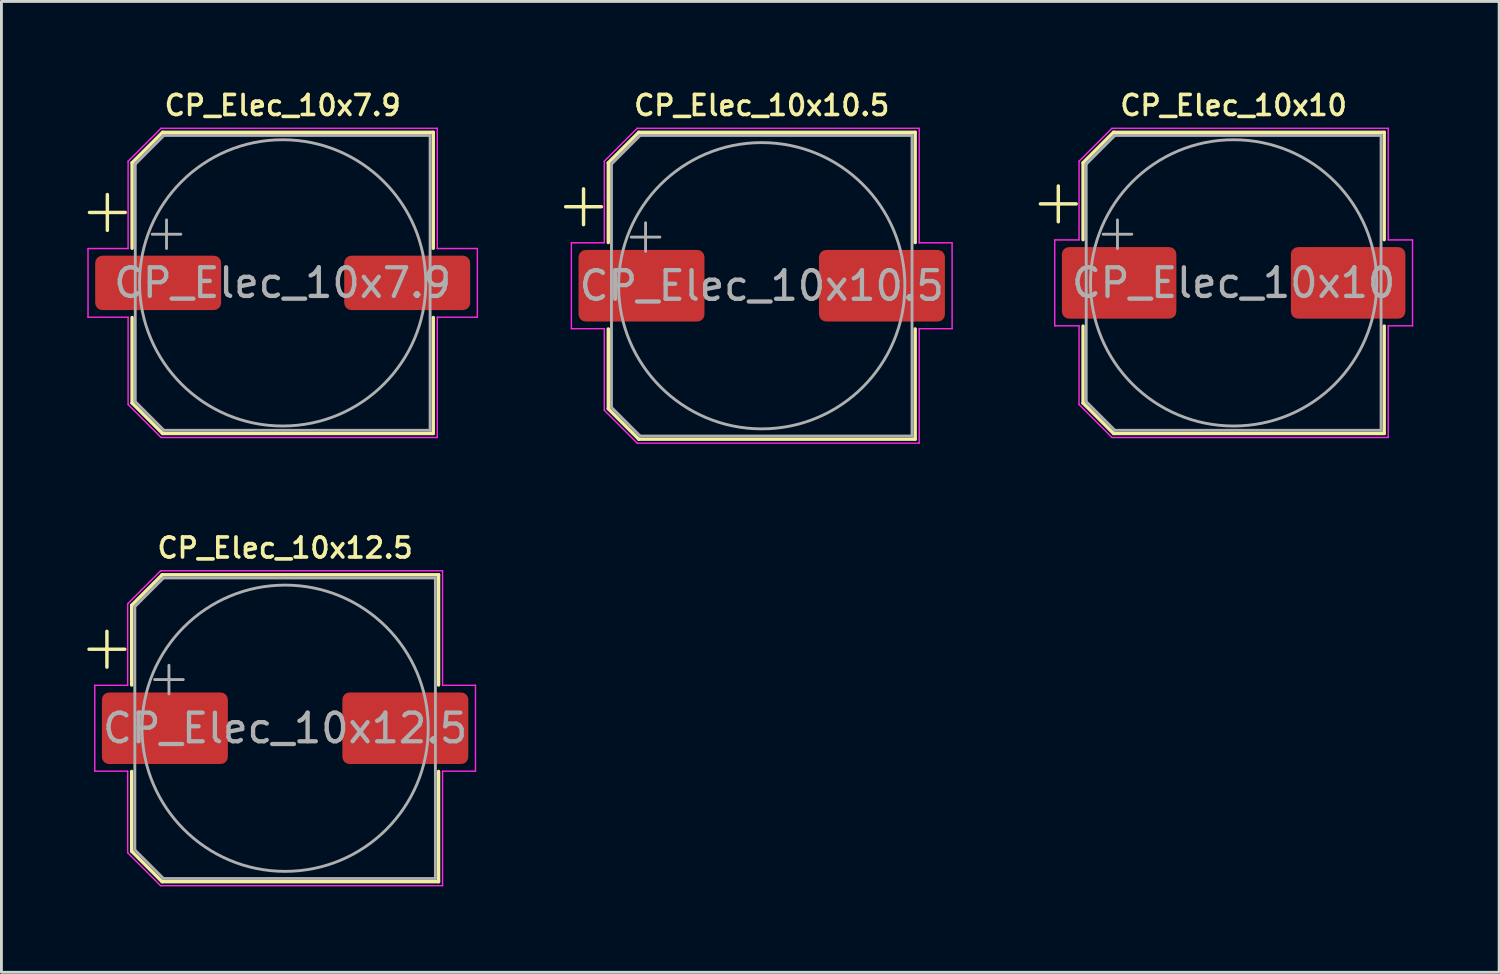
<source format=kicad_pcb>
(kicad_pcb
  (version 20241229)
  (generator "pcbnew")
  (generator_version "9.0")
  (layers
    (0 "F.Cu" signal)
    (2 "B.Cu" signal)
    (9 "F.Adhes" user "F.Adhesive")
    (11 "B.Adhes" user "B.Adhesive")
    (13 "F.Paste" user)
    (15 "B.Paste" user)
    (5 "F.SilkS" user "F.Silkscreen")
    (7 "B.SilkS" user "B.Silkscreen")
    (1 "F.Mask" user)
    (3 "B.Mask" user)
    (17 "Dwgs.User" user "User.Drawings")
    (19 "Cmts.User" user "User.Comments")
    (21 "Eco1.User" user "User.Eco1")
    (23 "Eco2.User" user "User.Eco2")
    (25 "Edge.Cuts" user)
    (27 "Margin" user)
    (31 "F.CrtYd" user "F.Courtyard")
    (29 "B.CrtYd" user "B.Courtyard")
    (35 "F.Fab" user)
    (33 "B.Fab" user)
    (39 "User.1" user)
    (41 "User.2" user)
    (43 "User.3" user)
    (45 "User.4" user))
  (footprint "CP_Elec_10x7.9"
    (layer "F.Cu")
    (at 6.825 6.832)
    (property "Reference" "CP_Elec_10x7.9" (at 0 -6.2 0) (layer "F.SilkS") (effects (font (size 0.7 0.7) (thickness 0.127))))
    (attr smd)
    (fp_line (start -6.75 -2.46) (end -5.5 -2.46) (stroke (width 0.12) (type solid)) (layer "F.SilkS"))
    (fp_line (start -6.125 -3.085) (end -6.125 -1.835) (stroke (width 0.12) (type solid)) (layer "F.SilkS"))
    (fp_line (start -5.26 -4.196) (end -5.26 -1.21) (stroke (width 0.12) (type solid)) (layer "F.SilkS"))
    (fp_line (start -5.26 -4.196) (end -4.196 -5.26) (stroke (width 0.12) (type solid)) (layer "F.SilkS"))
    (fp_line (start -5.26 4.196) (end -5.26 1.21) (stroke (width 0.12) (type solid)) (layer "F.SilkS"))
    (fp_line (start -5.26 4.196) (end -4.196 5.26) (stroke (width 0.12) (type solid)) (layer "F.SilkS"))
    (fp_line (start -4.196 -5.26) (end 5.26 -5.26) (stroke (width 0.12) (type solid)) (layer "F.SilkS"))
    (fp_line (start -4.196 5.26) (end 5.26 5.26) (stroke (width 0.12) (type solid)) (layer "F.SilkS"))
    (fp_line (start 5.26 -5.26) (end 5.26 -1.21) (stroke (width 0.12) (type solid)) (layer "F.SilkS"))
    (fp_line (start 5.26 5.26) (end 5.26 1.21) (stroke (width 0.12) (type solid)) (layer "F.SilkS"))
    (fp_line (start -6.8 -1.2) (end -6.8 1.2) (stroke (width 0.05) (type solid)) (layer "F.CrtYd"))
    (fp_line (start -6.8 1.2) (end -5.4 1.2) (stroke (width 0.05) (type solid)) (layer "F.CrtYd"))
    (fp_line (start -5.4 -4.25) (end -5.4 -1.2) (stroke (width 0.05) (type solid)) (layer "F.CrtYd"))
    (fp_line (start -5.4 -4.25) (end -4.25 -5.4) (stroke (width 0.05) (type solid)) (layer "F.CrtYd"))
    (fp_line (start -5.4 -1.2) (end -6.8 -1.2) (stroke (width 0.05) (type solid)) (layer "F.CrtYd"))
    (fp_line (start -5.4 1.2) (end -5.4 4.25) (stroke (width 0.05) (type solid)) (layer "F.CrtYd"))
    (fp_line (start -5.4 4.25) (end -4.25 5.4) (stroke (width 0.05) (type solid)) (layer "F.CrtYd"))
    (fp_line (start -4.25 -5.4) (end 5.4 -5.4) (stroke (width 0.05) (type solid)) (layer "F.CrtYd"))
    (fp_line (start -4.25 5.4) (end 5.4 5.4) (stroke (width 0.05) (type solid)) (layer "F.CrtYd"))
    (fp_line (start 5.4 -5.4) (end 5.4 -1.2) (stroke (width 0.05) (type solid)) (layer "F.CrtYd"))
    (fp_line (start 5.4 -1.2) (end 6.8 -1.2) (stroke (width 0.05) (type solid)) (layer "F.CrtYd"))
    (fp_line (start 5.4 1.2) (end 5.4 5.4) (stroke (width 0.05) (type solid)) (layer "F.CrtYd"))
    (fp_line (start 6.8 -1.2) (end 6.8 1.2) (stroke (width 0.05) (type solid)) (layer "F.CrtYd"))
    (fp_line (start 6.8 1.2) (end 5.4 1.2) (stroke (width 0.05) (type solid)) (layer "F.CrtYd"))
    (fp_line (start -5.15 -4.15) (end -5.15 4.15) (stroke (width 0.1) (type solid)) (layer "F.Fab"))
    (fp_line (start -5.15 -4.15) (end -4.15 -5.15) (stroke (width 0.1) (type solid)) (layer "F.Fab"))
    (fp_line (start -5.15 4.15) (end -4.15 5.15) (stroke (width 0.1) (type solid)) (layer "F.Fab"))
    (fp_line (start -4.558 -1.7) (end -3.558 -1.7) (stroke (width 0.1) (type solid)) (layer "F.Fab"))
    (fp_line (start -4.15 -5.15) (end 5.15 -5.15) (stroke (width 0.1) (type solid)) (layer "F.Fab"))
    (fp_line (start -4.15 5.15) (end 5.15 5.15) (stroke (width 0.1) (type solid)) (layer "F.Fab"))
    (fp_line (start -4.058 -2.2) (end -4.058 -1.2) (stroke (width 0.1) (type solid)) (layer "F.Fab"))
    (fp_line (start 5.15 -5.15) (end 5.15 5.15) (stroke (width 0.1) (type solid)) (layer "F.Fab"))
    (fp_circle (center 0 0) (end 5 0) (stroke (width 0.1) (type solid)) (fill no) (layer "F.Fab"))
    (fp_text user "${REFERENCE}" (at 0 0 0) (layer "F.Fab") (effects (font (size 1 1) (thickness 0.15))))
    (pad "1" smd roundrect (at -4.35 0) (size 4.4 1.9) (layers "F.Cu" "F.Mask" "F.Paste") (roundrect_rratio 0.132))
    (pad "2" smd roundrect (at 4.35 0) (size 4.4 1.9) (layers "F.Cu" "F.Mask" "F.Paste") (roundrect_rratio 0.132)))
  (footprint "CP_Elec_10x12.5"
    (layer "F.Cu")
    (at 6.91 22.39)
    (property "Reference" "CP_Elec_10x12.5" (at 0 -6.3 0) (layer "F.SilkS") (effects (font (size 0.7 0.7) (thickness 0.127))))
    (attr smd)
    (fp_line (start -6.85 -2.76) (end -5.6 -2.76) (stroke (width 0.12) (type solid)) (layer "F.SilkS"))
    (fp_line (start -6.225 -3.385) (end -6.225 -2.135) (stroke (width 0.12) (type solid)) (layer "F.SilkS"))
    (fp_line (start -5.36 -4.296) (end -5.36 -1.51) (stroke (width 0.12) (type solid)) (layer "F.SilkS"))
    (fp_line (start -5.36 -4.296) (end -4.296 -5.36) (stroke (width 0.12) (type solid)) (layer "F.SilkS"))
    (fp_line (start -5.36 4.296) (end -5.36 1.51) (stroke (width 0.12) (type solid)) (layer "F.SilkS"))
    (fp_line (start -5.36 4.296) (end -4.296 5.36) (stroke (width 0.12) (type solid)) (layer "F.SilkS"))
    (fp_line (start -4.296 -5.36) (end 5.36 -5.36) (stroke (width 0.12) (type solid)) (layer "F.SilkS"))
    (fp_line (start -4.296 5.36) (end 5.36 5.36) (stroke (width 0.12) (type solid)) (layer "F.SilkS"))
    (fp_line (start 5.36 -5.36) (end 5.36 -1.51) (stroke (width 0.12) (type solid)) (layer "F.SilkS"))
    (fp_line (start 5.36 5.36) (end 5.36 1.51) (stroke (width 0.12) (type solid)) (layer "F.SilkS"))
    (fp_line (start -6.65 -1.5) (end -6.65 1.5) (stroke (width 0.05) (type solid)) (layer "F.CrtYd"))
    (fp_line (start -6.65 1.5) (end -5.5 1.5) (stroke (width 0.05) (type solid)) (layer "F.CrtYd"))
    (fp_line (start -5.5 -4.35) (end -5.5 -1.5) (stroke (width 0.05) (type solid)) (layer "F.CrtYd"))
    (fp_line (start -5.5 -4.35) (end -4.35 -5.5) (stroke (width 0.05) (type solid)) (layer "F.CrtYd"))
    (fp_line (start -5.5 -1.5) (end -6.65 -1.5) (stroke (width 0.05) (type solid)) (layer "F.CrtYd"))
    (fp_line (start -5.5 1.5) (end -5.5 4.35) (stroke (width 0.05) (type solid)) (layer "F.CrtYd"))
    (fp_line (start -5.5 4.35) (end -4.35 5.5) (stroke (width 0.05) (type solid)) (layer "F.CrtYd"))
    (fp_line (start -4.35 -5.5) (end 5.5 -5.5) (stroke (width 0.05) (type solid)) (layer "F.CrtYd"))
    (fp_line (start -4.35 5.5) (end 5.5 5.5) (stroke (width 0.05) (type solid)) (layer "F.CrtYd"))
    (fp_line (start 5.5 -5.5) (end 5.5 -1.5) (stroke (width 0.05) (type solid)) (layer "F.CrtYd"))
    (fp_line (start 5.5 -1.5) (end 6.65 -1.5) (stroke (width 0.05) (type solid)) (layer "F.CrtYd"))
    (fp_line (start 5.5 1.5) (end 5.5 5.5) (stroke (width 0.05) (type solid)) (layer "F.CrtYd"))
    (fp_line (start 6.65 -1.5) (end 6.65 1.5) (stroke (width 0.05) (type solid)) (layer "F.CrtYd"))
    (fp_line (start 6.65 1.5) (end 5.5 1.5) (stroke (width 0.05) (type solid)) (layer "F.CrtYd"))
    (fp_line (start -5.25 -4.25) (end -5.25 4.25) (stroke (width 0.1) (type solid)) (layer "F.Fab"))
    (fp_line (start -5.25 -4.25) (end -4.25 -5.25) (stroke (width 0.1) (type solid)) (layer "F.Fab"))
    (fp_line (start -5.25 4.25) (end -4.25 5.25) (stroke (width 0.1) (type solid)) (layer "F.Fab"))
    (fp_line (start -4.558 -1.7) (end -3.558 -1.7) (stroke (width 0.1) (type solid)) (layer "F.Fab"))
    (fp_line (start -4.25 -5.25) (end 5.25 -5.25) (stroke (width 0.1) (type solid)) (layer "F.Fab"))
    (fp_line (start -4.25 5.25) (end 5.25 5.25) (stroke (width 0.1) (type solid)) (layer "F.Fab"))
    (fp_line (start -4.058 -2.2) (end -4.058 -1.2) (stroke (width 0.1) (type solid)) (layer "F.Fab"))
    (fp_line (start 5.25 -5.25) (end 5.25 5.25) (stroke (width 0.1) (type solid)) (layer "F.Fab"))
    (fp_circle (center 0 0) (end 5 0) (stroke (width 0.1) (type solid)) (fill no) (layer "F.Fab"))
    (fp_text user "${REFERENCE}" (at 0 0 0) (layer "F.Fab") (effects (font (size 1 1) (thickness 0.15))))
    (pad "1" smd roundrect (at -4.2 0) (size 4.4 2.5) (layers "F.Cu" "F.Mask" "F.Paste") (roundrect_rratio 0.1))
    (pad "2" smd roundrect (at 4.2 0) (size 4.4 2.5) (layers "F.Cu" "F.Mask" "F.Paste") (roundrect_rratio 0.1)))
  (footprint "CP_Elec_10x10"
    (layer "F.Cu")
    (at 40.045 6.832)
    (property "Reference" "CP_Elec_10x10" (at 0 -6.2 0) (layer "F.SilkS") (effects (font (size 0.7 0.7) (thickness 0.127))))
    (attr smd)
    (fp_line (start -6.75 -2.76) (end -5.5 -2.76) (stroke (width 0.12) (type solid)) (layer "F.SilkS"))
    (fp_line (start -6.125 -3.385) (end -6.125 -2.135) (stroke (width 0.12) (type solid)) (layer "F.SilkS"))
    (fp_line (start -5.26 -4.196) (end -5.26 -1.51) (stroke (width 0.12) (type solid)) (layer "F.SilkS"))
    (fp_line (start -5.26 -4.196) (end -4.196 -5.26) (stroke (width 0.12) (type solid)) (layer "F.SilkS"))
    (fp_line (start -5.26 4.196) (end -5.26 1.51) (stroke (width 0.12) (type solid)) (layer "F.SilkS"))
    (fp_line (start -5.26 4.196) (end -4.196 5.26) (stroke (width 0.12) (type solid)) (layer "F.SilkS"))
    (fp_line (start -4.196 -5.26) (end 5.26 -5.26) (stroke (width 0.12) (type solid)) (layer "F.SilkS"))
    (fp_line (start -4.196 5.26) (end 5.26 5.26) (stroke (width 0.12) (type solid)) (layer "F.SilkS"))
    (fp_line (start 5.26 -5.26) (end 5.26 -1.51) (stroke (width 0.12) (type solid)) (layer "F.SilkS"))
    (fp_line (start 5.26 5.26) (end 5.26 1.51) (stroke (width 0.12) (type solid)) (layer "F.SilkS"))
    (fp_line (start -6.25 -1.5) (end -6.25 1.5) (stroke (width 0.05) (type solid)) (layer "F.CrtYd"))
    (fp_line (start -6.25 1.5) (end -5.4 1.5) (stroke (width 0.05) (type solid)) (layer "F.CrtYd"))
    (fp_line (start -5.4 -4.25) (end -5.4 -1.5) (stroke (width 0.05) (type solid)) (layer "F.CrtYd"))
    (fp_line (start -5.4 -4.25) (end -4.25 -5.4) (stroke (width 0.05) (type solid)) (layer "F.CrtYd"))
    (fp_line (start -5.4 -1.5) (end -6.25 -1.5) (stroke (width 0.05) (type solid)) (layer "F.CrtYd"))
    (fp_line (start -5.4 1.5) (end -5.4 4.25) (stroke (width 0.05) (type solid)) (layer "F.CrtYd"))
    (fp_line (start -5.4 4.25) (end -4.25 5.4) (stroke (width 0.05) (type solid)) (layer "F.CrtYd"))
    (fp_line (start -4.25 -5.4) (end 5.4 -5.4) (stroke (width 0.05) (type solid)) (layer "F.CrtYd"))
    (fp_line (start -4.25 5.4) (end 5.4 5.4) (stroke (width 0.05) (type solid)) (layer "F.CrtYd"))
    (fp_line (start 5.4 -5.4) (end 5.4 -1.5) (stroke (width 0.05) (type solid)) (layer "F.CrtYd"))
    (fp_line (start 5.4 -1.5) (end 6.25 -1.5) (stroke (width 0.05) (type solid)) (layer "F.CrtYd"))
    (fp_line (start 5.4 1.5) (end 5.4 5.4) (stroke (width 0.05) (type solid)) (layer "F.CrtYd"))
    (fp_line (start 6.25 -1.5) (end 6.25 1.5) (stroke (width 0.05) (type solid)) (layer "F.CrtYd"))
    (fp_line (start 6.25 1.5) (end 5.4 1.5) (stroke (width 0.05) (type solid)) (layer "F.CrtYd"))
    (fp_line (start -5.15 -4.15) (end -5.15 4.15) (stroke (width 0.1) (type solid)) (layer "F.Fab"))
    (fp_line (start -5.15 -4.15) (end -4.15 -5.15) (stroke (width 0.1) (type solid)) (layer "F.Fab"))
    (fp_line (start -5.15 4.15) (end -4.15 5.15) (stroke (width 0.1) (type solid)) (layer "F.Fab"))
    (fp_line (start -4.558 -1.7) (end -3.558 -1.7) (stroke (width 0.1) (type solid)) (layer "F.Fab"))
    (fp_line (start -4.15 -5.15) (end 5.15 -5.15) (stroke (width 0.1) (type solid)) (layer "F.Fab"))
    (fp_line (start -4.15 5.15) (end 5.15 5.15) (stroke (width 0.1) (type solid)) (layer "F.Fab"))
    (fp_line (start -4.058 -2.2) (end -4.058 -1.2) (stroke (width 0.1) (type solid)) (layer "F.Fab"))
    (fp_line (start 5.15 -5.15) (end 5.15 5.15) (stroke (width 0.1) (type solid)) (layer "F.Fab"))
    (fp_circle (center 0 0) (end 5 0) (stroke (width 0.1) (type solid)) (fill no) (layer "F.Fab"))
    (fp_text user "${REFERENCE}" (at 0 0 0) (layer "F.Fab") (effects (font (size 1 1) (thickness 0.15))))
    (pad "1" smd roundrect (at -4 0) (size 4 2.5) (layers "F.Cu" "F.Mask" "F.Paste") (roundrect_rratio 0.1))
    (pad "2" smd roundrect (at 4 0) (size 4 2.5) (layers "F.Cu" "F.Mask" "F.Paste") (roundrect_rratio 0.1)))
  (footprint "CP_Elec_10x10.5"
    (layer "F.Cu")
    (at 23.56 6.932)
    (property "Reference" "CP_Elec_10x10.5" (at 0 -6.3 0) (layer "F.SilkS") (effects (font (size 0.7 0.7) (thickness 0.127))))
    (attr smd)
    (fp_line (start -6.85 -2.76) (end -5.6 -2.76) (stroke (width 0.12) (type solid)) (layer "F.SilkS"))
    (fp_line (start -6.225 -3.385) (end -6.225 -2.135) (stroke (width 0.12) (type solid)) (layer "F.SilkS"))
    (fp_line (start -5.36 -4.296) (end -5.36 -1.51) (stroke (width 0.12) (type solid)) (layer "F.SilkS"))
    (fp_line (start -5.36 -4.296) (end -4.296 -5.36) (stroke (width 0.12) (type solid)) (layer "F.SilkS"))
    (fp_line (start -5.36 4.296) (end -5.36 1.51) (stroke (width 0.12) (type solid)) (layer "F.SilkS"))
    (fp_line (start -5.36 4.296) (end -4.296 5.36) (stroke (width 0.12) (type solid)) (layer "F.SilkS"))
    (fp_line (start -4.296 -5.36) (end 5.36 -5.36) (stroke (width 0.12) (type solid)) (layer "F.SilkS"))
    (fp_line (start -4.296 5.36) (end 5.36 5.36) (stroke (width 0.12) (type solid)) (layer "F.SilkS"))
    (fp_line (start 5.36 -5.36) (end 5.36 -1.51) (stroke (width 0.12) (type solid)) (layer "F.SilkS"))
    (fp_line (start 5.36 5.36) (end 5.36 1.51) (stroke (width 0.12) (type solid)) (layer "F.SilkS"))
    (fp_line (start -6.65 -1.5) (end -6.65 1.5) (stroke (width 0.05) (type solid)) (layer "F.CrtYd"))
    (fp_line (start -6.65 1.5) (end -5.5 1.5) (stroke (width 0.05) (type solid)) (layer "F.CrtYd"))
    (fp_line (start -5.5 -4.35) (end -5.5 -1.5) (stroke (width 0.05) (type solid)) (layer "F.CrtYd"))
    (fp_line (start -5.5 -4.35) (end -4.35 -5.5) (stroke (width 0.05) (type solid)) (layer "F.CrtYd"))
    (fp_line (start -5.5 -1.5) (end -6.65 -1.5) (stroke (width 0.05) (type solid)) (layer "F.CrtYd"))
    (fp_line (start -5.5 1.5) (end -5.5 4.35) (stroke (width 0.05) (type solid)) (layer "F.CrtYd"))
    (fp_line (start -5.5 4.35) (end -4.35 5.5) (stroke (width 0.05) (type solid)) (layer "F.CrtYd"))
    (fp_line (start -4.35 -5.5) (end 5.5 -5.5) (stroke (width 0.05) (type solid)) (layer "F.CrtYd"))
    (fp_line (start -4.35 5.5) (end 5.5 5.5) (stroke (width 0.05) (type solid)) (layer "F.CrtYd"))
    (fp_line (start 5.5 -5.5) (end 5.5 -1.5) (stroke (width 0.05) (type solid)) (layer "F.CrtYd"))
    (fp_line (start 5.5 -1.5) (end 6.65 -1.5) (stroke (width 0.05) (type solid)) (layer "F.CrtYd"))
    (fp_line (start 5.5 1.5) (end 5.5 5.5) (stroke (width 0.05) (type solid)) (layer "F.CrtYd"))
    (fp_line (start 6.65 -1.5) (end 6.65 1.5) (stroke (width 0.05) (type solid)) (layer "F.CrtYd"))
    (fp_line (start 6.65 1.5) (end 5.5 1.5) (stroke (width 0.05) (type solid)) (layer "F.CrtYd"))
    (fp_line (start -5.25 -4.25) (end -5.25 4.25) (stroke (width 0.1) (type solid)) (layer "F.Fab"))
    (fp_line (start -5.25 -4.25) (end -4.25 -5.25) (stroke (width 0.1) (type solid)) (layer "F.Fab"))
    (fp_line (start -5.25 4.25) (end -4.25 5.25) (stroke (width 0.1) (type solid)) (layer "F.Fab"))
    (fp_line (start -4.558 -1.7) (end -3.558 -1.7) (stroke (width 0.1) (type solid)) (layer "F.Fab"))
    (fp_line (start -4.25 -5.25) (end 5.25 -5.25) (stroke (width 0.1) (type solid)) (layer "F.Fab"))
    (fp_line (start -4.25 5.25) (end 5.25 5.25) (stroke (width 0.1) (type solid)) (layer "F.Fab"))
    (fp_line (start -4.058 -2.2) (end -4.058 -1.2) (stroke (width 0.1) (type solid)) (layer "F.Fab"))
    (fp_line (start 5.25 -5.25) (end 5.25 5.25) (stroke (width 0.1) (type solid)) (layer "F.Fab"))
    (fp_circle (center 0 0) (end 5 0) (stroke (width 0.1) (type solid)) (fill no) (layer "F.Fab"))
    (fp_text user "${REFERENCE}" (at 0 0 0) (layer "F.Fab") (effects (font (size 1 1) (thickness 0.15))))
    (pad "1" smd roundrect (at -4.2 0) (size 4.4 2.5) (layers "F.Cu" "F.Mask" "F.Paste") (roundrect_rratio 0.1))
    (pad "2" smd roundrect (at 4.2 0) (size 4.4 2.5) (layers "F.Cu" "F.Mask" "F.Paste") (roundrect_rratio 0.1)))
  (gr_rect
    (start -3 -3)
    (end 49.32 30.915)
    (stroke (width 0.1) (type default))
    (fill no)
    (layer "Edge.Cuts")))
</source>
